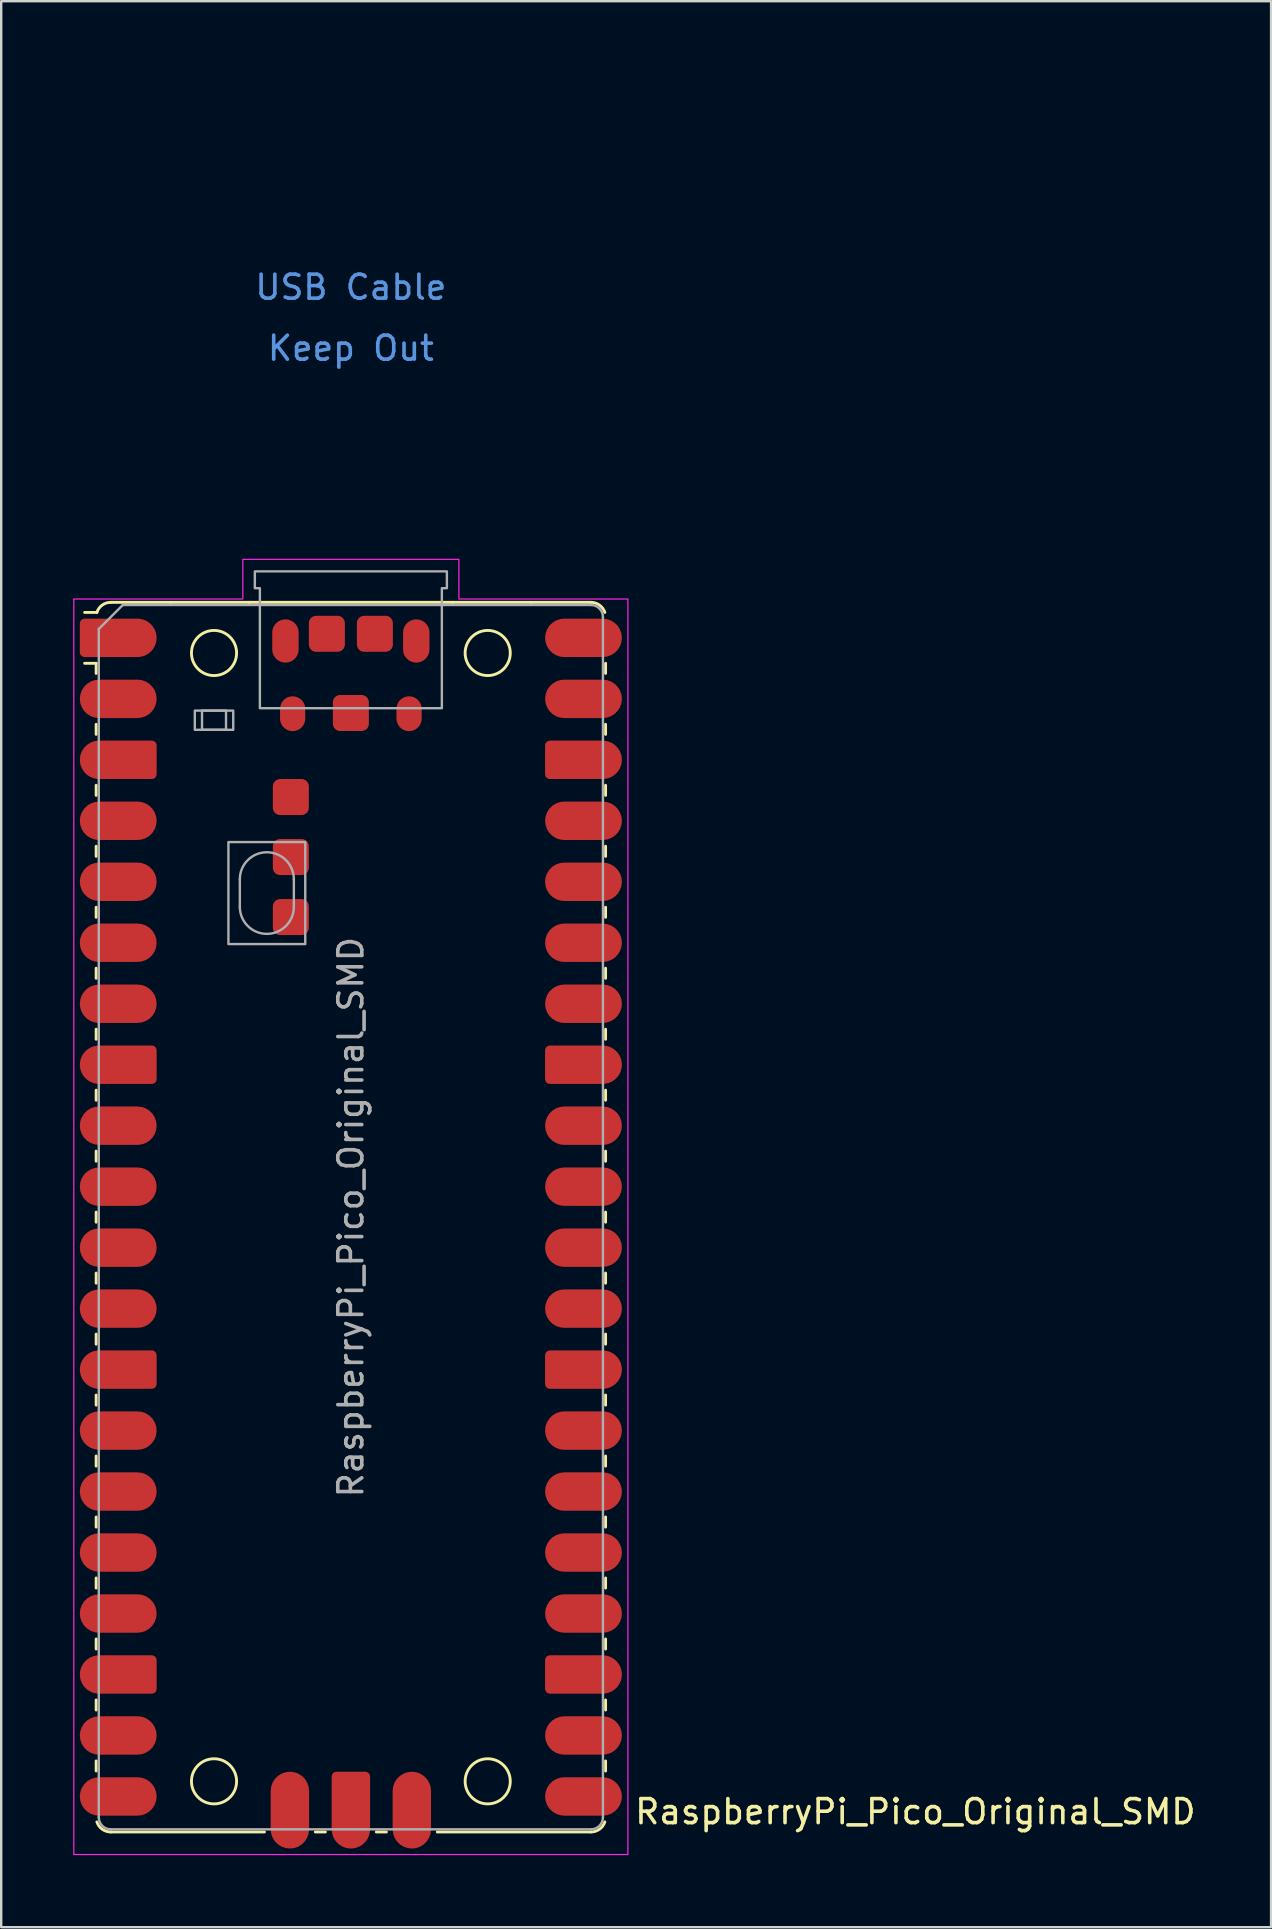
<source format=kicad_pcb>
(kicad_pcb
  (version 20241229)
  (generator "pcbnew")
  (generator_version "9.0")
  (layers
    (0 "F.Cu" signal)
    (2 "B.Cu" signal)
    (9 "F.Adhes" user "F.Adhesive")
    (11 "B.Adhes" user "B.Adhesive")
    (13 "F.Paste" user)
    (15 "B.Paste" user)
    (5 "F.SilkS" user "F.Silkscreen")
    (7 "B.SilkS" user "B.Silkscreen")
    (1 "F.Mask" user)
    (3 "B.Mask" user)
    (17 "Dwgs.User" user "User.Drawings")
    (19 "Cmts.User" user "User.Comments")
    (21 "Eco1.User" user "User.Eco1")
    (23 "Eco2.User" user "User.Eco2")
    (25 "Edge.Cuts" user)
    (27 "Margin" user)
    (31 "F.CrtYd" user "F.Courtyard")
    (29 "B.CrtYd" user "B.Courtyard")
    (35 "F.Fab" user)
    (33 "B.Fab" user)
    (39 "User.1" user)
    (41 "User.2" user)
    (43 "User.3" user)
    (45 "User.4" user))
  (footprint "RaspberryPi_Pico_Original_SMD"
    (layer "F.Cu")
    (at 11.565 47.65)
    (property "Reference" "RaspberryPi_Pico_Original_SMD" (at 11.748 24.765 0) (unlocked yes) (layer "F.SilkS") (effects (font (size 1 1) (thickness 0.15)) (justify left)))
    (attr smd)
    (fp_line (start -10.61 -23.07) (end -11.09 -23.07) (stroke (width 0.12) (type solid)) (layer "F.SilkS"))
    (fp_line (start -10.61 -23.07) (end -10.61 -22.65) (stroke (width 0.12) (type solid)) (layer "F.SilkS"))
    (fp_line (start -10.61 -20.53) (end -10.61 -20.11) (stroke (width 0.12) (type solid)) (layer "F.SilkS"))
    (fp_line (start -10.61 -17.99) (end -10.61 -17.57) (stroke (width 0.12) (type solid)) (layer "F.SilkS"))
    (fp_line (start -10.61 -15.45) (end -10.61 -15.03) (stroke (width 0.12) (type solid)) (layer "F.SilkS"))
    (fp_line (start -10.61 -12.91) (end -10.61 -12.49) (stroke (width 0.12) (type solid)) (layer "F.SilkS"))
    (fp_line (start -10.61 -10.37) (end -10.61 -9.95) (stroke (width 0.12) (type solid)) (layer "F.SilkS"))
    (fp_line (start -10.61 -7.83) (end -10.61 -7.41) (stroke (width 0.12) (type solid)) (layer "F.SilkS"))
    (fp_line (start -10.61 -5.29) (end -10.61 -4.87) (stroke (width 0.12) (type solid)) (layer "F.SilkS"))
    (fp_line (start -10.61 -2.75) (end -10.61 -2.33) (stroke (width 0.12) (type solid)) (layer "F.SilkS"))
    (fp_line (start -10.61 -0.21) (end -10.61 0.21) (stroke (width 0.12) (type solid)) (layer "F.SilkS"))
    (fp_line (start -10.61 2.33) (end -10.61 2.75) (stroke (width 0.12) (type solid)) (layer "F.SilkS"))
    (fp_line (start -10.61 4.87) (end -10.61 5.29) (stroke (width 0.12) (type solid)) (layer "F.SilkS"))
    (fp_line (start -10.61 7.41) (end -10.61 7.83) (stroke (width 0.12) (type solid)) (layer "F.SilkS"))
    (fp_line (start -10.61 9.95) (end -10.61 10.37) (stroke (width 0.12) (type solid)) (layer "F.SilkS"))
    (fp_line (start -10.61 12.49) (end -10.61 12.91) (stroke (width 0.12) (type solid)) (layer "F.SilkS"))
    (fp_line (start -10.61 15.03) (end -10.61 15.45) (stroke (width 0.12) (type solid)) (layer "F.SilkS"))
    (fp_line (start -10.61 17.57) (end -10.61 17.99) (stroke (width 0.12) (type solid)) (layer "F.SilkS"))
    (fp_line (start -10.61 20.11) (end -10.61 20.53) (stroke (width 0.12) (type solid)) (layer "F.SilkS"))
    (fp_line (start -10.61 22.65) (end -10.61 23.07) (stroke (width 0.12) (type solid)) (layer "F.SilkS"))
    (fp_line (start -10.58 -25.19) (end -11.09 -25.19) (stroke (width 0.12) (type solid)) (layer "F.SilkS"))
    (fp_line (start -10 -25.61) (end -7.51 -25.61) (stroke (width 0.12) (type solid)) (layer "F.SilkS"))
    (fp_line (start -10 25.61) (end -3.6 25.61) (stroke (width 0.12) (type solid)) (layer "F.SilkS"))
    (fp_line (start -7.51 -25.61) (end -4.235 -25.61) (stroke (width 0.12) (type solid)) (layer "F.SilkS"))
    (fp_line (start -4.235 -25.61) (end 4.235 -25.61) (stroke (width 0.12) (type solid)) (layer "F.SilkS"))
    (fp_line (start -1.48 25.61) (end -1.06 25.61) (stroke (width 0.12) (type solid)) (layer "F.SilkS"))
    (fp_line (start 1.06 25.61) (end 1.48 25.61) (stroke (width 0.12) (type solid)) (layer "F.SilkS"))
    (fp_line (start 3.6 25.61) (end 10 25.61) (stroke (width 0.12) (type solid)) (layer "F.SilkS"))
    (fp_line (start 4.235 -25.61) (end 7.51 -25.61) (stroke (width 0.12) (type solid)) (layer "F.SilkS"))
    (fp_line (start 10 -25.61) (end 7.51 -25.61) (stroke (width 0.12) (type solid)) (layer "F.SilkS"))
    (fp_line (start 10.61 -23.07) (end 10.61 -22.65) (stroke (width 0.12) (type solid)) (layer "F.SilkS"))
    (fp_line (start 10.61 -20.53) (end 10.61 -20.11) (stroke (width 0.12) (type solid)) (layer "F.SilkS"))
    (fp_line (start 10.61 -17.99) (end 10.61 -17.57) (stroke (width 0.12) (type solid)) (layer "F.SilkS"))
    (fp_line (start 10.61 -15.45) (end 10.61 -15.03) (stroke (width 0.12) (type solid)) (layer "F.SilkS"))
    (fp_line (start 10.61 -12.91) (end 10.61 -12.49) (stroke (width 0.12) (type solid)) (layer "F.SilkS"))
    (fp_line (start 10.61 -10.37) (end 10.61 -9.95) (stroke (width 0.12) (type solid)) (layer "F.SilkS"))
    (fp_line (start 10.61 -7.83) (end 10.61 -7.41) (stroke (width 0.12) (type solid)) (layer "F.SilkS"))
    (fp_line (start 10.61 -5.29) (end 10.61 -4.87) (stroke (width 0.12) (type solid)) (layer "F.SilkS"))
    (fp_line (start 10.61 -2.75) (end 10.61 -2.33) (stroke (width 0.12) (type solid)) (layer "F.SilkS"))
    (fp_line (start 10.61 -0.21) (end 10.61 0.21) (stroke (width 0.12) (type solid)) (layer "F.SilkS"))
    (fp_line (start 10.61 2.33) (end 10.61 2.75) (stroke (width 0.12) (type solid)) (layer "F.SilkS"))
    (fp_line (start 10.61 4.87) (end 10.61 5.29) (stroke (width 0.12) (type solid)) (layer "F.SilkS"))
    (fp_line (start 10.61 7.41) (end 10.61 7.83) (stroke (width 0.12) (type solid)) (layer "F.SilkS"))
    (fp_line (start 10.61 9.95) (end 10.61 10.37) (stroke (width 0.12) (type solid)) (layer "F.SilkS"))
    (fp_line (start 10.61 12.49) (end 10.61 12.91) (stroke (width 0.12) (type solid)) (layer "F.SilkS"))
    (fp_line (start 10.61 15.03) (end 10.61 15.45) (stroke (width 0.12) (type solid)) (layer "F.SilkS"))
    (fp_line (start 10.61 17.57) (end 10.61 17.99) (stroke (width 0.12) (type solid)) (layer "F.SilkS"))
    (fp_line (start 10.61 20.11) (end 10.61 20.53) (stroke (width 0.12) (type solid)) (layer "F.SilkS"))
    (fp_line (start 10.61 22.65) (end 10.61 23.07) (stroke (width 0.12) (type solid)) (layer "F.SilkS"))
    (fp_arc (start -10.579676 -25.189937) (mid -10.357938 -25.493944) (end -10 -25.61) (stroke (width 0.12) (type solid)) (layer "F.SilkS"))
    (fp_arc (start -10 25.61) (mid -10.357937 25.493943) (end -10.579676 25.189937) (stroke (width 0.12) (type solid)) (layer "F.SilkS"))
    (fp_arc (start 10 -25.61) (mid 10.357937 -25.493944) (end 10.579676 -25.189937) (stroke (width 0.12) (type solid)) (layer "F.SilkS"))
    (fp_arc (start 10.579676 25.189937) (mid 10.357958 25.493991) (end 10 25.61) (stroke (width 0.12) (type solid)) (layer "F.SilkS"))
    (fp_circle (center -5.7 -23.5) (end -4.76 -23.5) (stroke (width 0.12) (type solid)) (fill no) (layer "F.SilkS"))
    (fp_circle (center -5.7 23.5) (end -4.76 23.5) (stroke (width 0.12) (type solid)) (fill no) (layer "F.SilkS"))
    (fp_circle (center 5.7 -23.5) (end 6.64 -23.5) (stroke (width 0.12) (type solid)) (fill no) (layer "F.SilkS"))
    (fp_circle (center 5.7 23.5) (end 6.64 23.5) (stroke (width 0.12) (type solid)) (fill no) (layer "F.SilkS"))
    (fp_poly (pts (xy -4.5 -27.4) (xy 4.5 -27.4) (xy 4.5 -25.75) (xy 11.54 -25.75) (xy 11.54 26.55) (xy -11.54 26.55) (xy -11.54 -25.75) (xy -4.5 -25.75)) (stroke (width 0.05) (type solid)) (fill no) (layer "F.CrtYd"))
    (fp_line (start -10.5 -24.5) (end -9.5 -25.5) (stroke (width 0.1) (type solid)) (layer "F.Fab"))
    (fp_line (start -10.5 25) (end -10.5 -24.5) (stroke (width 0.1) (type solid)) (layer "F.Fab"))
    (fp_line (start -9.5 -25.5) (end 10 -25.5) (stroke (width 0.1) (type solid)) (layer "F.Fab"))
    (fp_line (start -4.625 -14.075) (end -4.625 -12.925) (stroke (width 0.1) (type solid)) (layer "F.Fab"))
    (fp_line (start -2.375 -14.075) (end -2.375 -12.925) (stroke (width 0.1) (type solid)) (layer "F.Fab"))
    (fp_line (start 10 25.5) (end -10 25.5) (stroke (width 0.1) (type solid)) (layer "F.Fab"))
    (fp_line (start 10.5 -25) (end 10.5 25) (stroke (width 0.1) (type solid)) (layer "F.Fab"))
    (fp_rect (start -6.5 -21.1) (end -4.9 -20.3) (stroke (width 0.1) (type solid)) (fill no) (layer "F.Fab"))
    (fp_rect (start -6.2 -21.1) (end -5.2 -20.3) (stroke (width 0.1) (type solid)) (fill no) (layer "F.Fab"))
    (fp_rect (start -5.1 -15.625) (end -1.9 -11.375) (stroke (width 0.1) (type solid)) (fill no) (layer "F.Fab"))
    (fp_arc (start -10 25.5) (mid -10.353553 25.353553) (end -10.5 25) (stroke (width 0.1) (type solid)) (layer "F.Fab"))
    (fp_arc (start -4.625 -14.075) (mid -3.5 -15.2) (end -2.375 -14.075) (stroke (width 0.1) (type solid)) (layer "F.Fab"))
    (fp_arc (start -2.375 -12.925) (mid -3.5 -11.8) (end -4.625 -12.925) (stroke (width 0.1) (type solid)) (layer "F.Fab"))
    (fp_arc (start 10 -25.5) (mid 10.353553 -25.353553) (end 10.5 -25) (stroke (width 0.1) (type solid)) (layer "F.Fab"))
    (fp_arc (start 10.5 25) (mid 10.353553 25.353553) (end 10 25.5) (stroke (width 0.1) (type solid)) (layer "F.Fab"))
    (fp_poly (pts (xy 3.79 -21.2) (xy 3.79 -26.2) (xy 4 -26.2) (xy 4 -26.9) (xy -4 -26.9) (xy -4 -26.2) (xy -3.79 -26.2) (xy -3.79 -21.2)) (stroke (width 0.1) (type solid)) (fill no) (layer "F.Fab"))
    (fp_text user "Keep Out" (at 0 -36.195 0) (unlocked yes) (layer "Cmts.User") (effects (font (size 1 1) (thickness 0.15))))
    (fp_text user "USB Cable" (at 0 -38.735 0) (unlocked yes) (layer "Cmts.User") (effects (font (size 1 1) (thickness 0.15))))
    (fp_text user "${REFERENCE}" (at 0 0 90) (layer "F.Fab") (effects (font (size 1 1) (thickness 0.15))))
    (pad "" smd oval (at -2.725 -24) (size 1.1 1.8) (layers "F.Cu" "F.Mask" "F.Paste"))
    (pad "" smd oval (at -2.425 -20.97) (size 1.05 1.45) (layers "F.Cu" "F.Mask" "F.Paste"))
    (pad "" smd oval (at 2.425 -20.97) (size 1.05 1.45) (layers "F.Cu" "F.Mask" "F.Paste"))
    (pad "" smd oval (at 2.725 -24) (size 1.1 1.8) (layers "F.Cu" "F.Mask" "F.Paste"))
    (pad "1" smd custom (at -8.89 -24.13) (size 1.6 1.6) (layers "F.Cu" "F.Mask" "F.Paste") (options (anchor circle)) (primitives (gr_poly (pts (xy -2.4 0.6) (xy -2.4 -0.6) (xy -2.2 -0.8) (xy 0 -0.8) (xy 0 0.8) (xy -2.2 0.8)) (width 0) (fill yes)) (gr_circle (center -2.2 0.6) (end -2 0.6) (width 0) (fill yes)) (gr_circle (center -2.2 -0.6) (end -2 -0.6) (width 0) (fill yes))))
    (pad "2" smd roundrect (at -8.89 -21.59) (size 3.2 1.6) (drill (offset -0.8 0)) (layers "F.Cu" "F.Mask" "F.Paste") (roundrect_rratio 0.5))
    (pad "3" smd custom (at -8.89 -19.05) (size 1.6 1.6) (layers "F.Cu" "F.Mask" "F.Paste") (options (anchor circle)) (primitives (gr_poly (pts (xy 0.8 -0.6) (xy 0.8 0.6) (xy 0.6 0.8) (xy -1.6 0.8) (xy -1.6 -0.8) (xy 0.6 -0.8)) (width 0) (fill yes)) (gr_circle (center 0.6 0.6) (end 0.8 0.6) (width 0) (fill yes)) (gr_circle (center 0.6 -0.6) (end 0.8 -0.6) (width 0) (fill yes)) (gr_circle (center -1.6 0) (end -0.8 0) (width 0) (fill yes))))
    (pad "4" smd roundrect (at -8.89 -16.51) (size 3.2 1.6) (drill (offset -0.8 0)) (layers "F.Cu" "F.Mask" "F.Paste") (roundrect_rratio 0.5))
    (pad "5" smd roundrect (at -8.89 -13.97) (size 3.2 1.6) (drill (offset -0.8 0)) (layers "F.Cu" "F.Mask" "F.Paste") (roundrect_rratio 0.5))
    (pad "6" smd roundrect (at -8.89 -11.43) (size 3.2 1.6) (drill (offset -0.8 0)) (layers "F.Cu" "F.Mask" "F.Paste") (roundrect_rratio 0.5))
    (pad "7" smd roundrect (at -8.89 -8.89) (size 3.2 1.6) (drill (offset -0.8 0)) (layers "F.Cu" "F.Mask" "F.Paste") (roundrect_rratio 0.5))
    (pad "8" smd custom (at -8.89 -6.35) (size 1.6 1.6) (layers "F.Cu" "F.Mask" "F.Paste") (options (anchor circle)) (primitives (gr_poly (pts (xy 0.8 -0.6) (xy 0.8 0.6) (xy 0.6 0.8) (xy -1.6 0.8) (xy -1.6 -0.8) (xy 0.6 -0.8)) (width 0) (fill yes)) (gr_circle (center 0.6 0.6) (end 0.8 0.6) (width 0) (fill yes)) (gr_circle (center 0.6 -0.6) (end 0.8 -0.6) (width 0) (fill yes)) (gr_circle (center -1.6 0) (end -0.8 0) (width 0) (fill yes))))
    (pad "9" smd roundrect (at -8.89 -3.81) (size 3.2 1.6) (drill (offset -0.8 0)) (layers "F.Cu" "F.Mask" "F.Paste") (roundrect_rratio 0.5))
    (pad "10" smd roundrect (at -8.89 -1.27) (size 3.2 1.6) (drill (offset -0.8 0)) (layers "F.Cu" "F.Mask" "F.Paste") (roundrect_rratio 0.5))
    (pad "11" smd roundrect (at -8.89 1.27) (size 3.2 1.6) (drill (offset -0.8 0)) (layers "F.Cu" "F.Mask" "F.Paste") (roundrect_rratio 0.5))
    (pad "12" smd roundrect (at -8.89 3.81) (size 3.2 1.6) (drill (offset -0.8 0)) (layers "F.Cu" "F.Mask" "F.Paste") (roundrect_rratio 0.5))
    (pad "13" smd custom (at -8.89 6.35) (size 1.6 1.6) (layers "F.Cu" "F.Mask" "F.Paste") (options (anchor circle)) (primitives (gr_poly (pts (xy 0.8 -0.6) (xy 0.8 0.6) (xy 0.6 0.8) (xy -1.6 0.8) (xy -1.6 -0.8) (xy 0.6 -0.8)) (width 0) (fill yes)) (gr_circle (center 0.6 0.6) (end 0.8 0.6) (width 0) (fill yes)) (gr_circle (center 0.6 -0.6) (end 0.8 -0.6) (width 0) (fill yes)) (gr_circle (center -1.6 0) (end -0.8 0) (width 0) (fill yes))))
    (pad "14" smd roundrect (at -8.89 8.89) (size 3.2 1.6) (drill (offset -0.8 0)) (layers "F.Cu" "F.Mask" "F.Paste") (roundrect_rratio 0.5))
    (pad "15" smd roundrect (at -8.89 11.43) (size 3.2 1.6) (drill (offset -0.8 0)) (layers "F.Cu" "F.Mask" "F.Paste") (roundrect_rratio 0.5))
    (pad "16" smd roundrect (at -8.89 13.97) (size 3.2 1.6) (drill (offset -0.8 0)) (layers "F.Cu" "F.Mask" "F.Paste") (roundrect_rratio 0.5))
    (pad "17" smd roundrect (at -8.89 16.51) (size 3.2 1.6) (drill (offset -0.8 0)) (layers "F.Cu" "F.Mask" "F.Paste") (roundrect_rratio 0.5))
    (pad "18" smd custom (at -8.89 19.05) (size 1.6 1.6) (layers "F.Cu" "F.Mask" "F.Paste") (options (anchor circle)) (primitives (gr_poly (pts (xy 0.8 -0.6) (xy 0.8 0.6) (xy 0.6 0.8) (xy -1.6 0.8) (xy -1.6 -0.8) (xy 0.6 -0.8)) (width 0) (fill yes)) (gr_circle (center 0.6 0.6) (end 0.8 0.6) (width 0) (fill yes)) (gr_circle (center 0.6 -0.6) (end 0.8 -0.6) (width 0) (fill yes)) (gr_circle (center -1.6 0) (end -0.8 0) (width 0) (fill yes))))
    (pad "19" smd roundrect (at -8.89 21.59) (size 3.2 1.6) (drill (offset -0.8 0)) (layers "F.Cu" "F.Mask" "F.Paste") (roundrect_rratio 0.5))
    (pad "20" smd roundrect (at -8.89 24.13) (size 3.2 1.6) (drill (offset -0.8 0)) (layers "F.Cu" "F.Mask" "F.Paste") (roundrect_rratio 0.5))
    (pad "21" smd roundrect (at 8.89 24.13) (size 3.2 1.6) (drill (offset 0.8 0)) (layers "F.Cu" "F.Mask" "F.Paste") (roundrect_rratio 0.5))
    (pad "22" smd roundrect (at 8.89 21.59) (size 3.2 1.6) (drill (offset 0.8 0)) (layers "F.Cu" "F.Mask" "F.Paste") (roundrect_rratio 0.5))
    (pad "23" smd custom (at 8.89 19.05) (size 1.6 1.6) (layers "F.Cu" "F.Mask" "F.Paste") (options (anchor circle)) (primitives (gr_poly (pts (xy -0.8 -0.6) (xy -0.8 0.6) (xy -0.6 0.8) (xy 1.6 0.8) (xy 1.6 -0.8) (xy -0.6 -0.8)) (width 0) (fill yes)) (gr_circle (center -0.6 0.6) (end -0.4 0.6) (width 0) (fill yes)) (gr_circle (center -0.6 -0.6) (end -0.4 -0.6) (width 0) (fill yes)) (gr_circle (center 1.6 0) (end 2.4 0) (width 0) (fill yes))))
    (pad "24" smd roundrect (at 8.89 16.51) (size 3.2 1.6) (drill (offset 0.8 0)) (layers "F.Cu" "F.Mask" "F.Paste") (roundrect_rratio 0.5))
    (pad "25" smd roundrect (at 8.89 13.97) (size 3.2 1.6) (drill (offset 0.8 0)) (layers "F.Cu" "F.Mask" "F.Paste") (roundrect_rratio 0.5))
    (pad "26" smd roundrect (at 8.89 11.43) (size 3.2 1.6) (drill (offset 0.8 0)) (layers "F.Cu" "F.Mask" "F.Paste") (roundrect_rratio 0.5))
    (pad "27" smd roundrect (at 8.89 8.89) (size 3.2 1.6) (drill (offset 0.8 0)) (layers "F.Cu" "F.Mask" "F.Paste") (roundrect_rratio 0.5))
    (pad "28" smd custom (at 8.89 6.35) (size 1.6 1.6) (layers "F.Cu" "F.Mask" "F.Paste") (options (anchor circle)) (primitives (gr_poly (pts (xy -0.8 -0.6) (xy -0.8 0.6) (xy -0.6 0.8) (xy 1.6 0.8) (xy 1.6 -0.8) (xy -0.6 -0.8)) (width 0) (fill yes)) (gr_circle (center -0.6 0.6) (end -0.4 0.6) (width 0) (fill yes)) (gr_circle (center -0.6 -0.6) (end -0.4 -0.6) (width 0) (fill yes)) (gr_circle (center 1.6 0) (end 2.4 0) (width 0) (fill yes))))
    (pad "29" smd roundrect (at 8.89 3.81) (size 3.2 1.6) (drill (offset 0.8 0)) (layers "F.Cu" "F.Mask" "F.Paste") (roundrect_rratio 0.5))
    (pad "30" smd roundrect (at 8.89 1.27) (size 3.2 1.6) (drill (offset 0.8 0)) (layers "F.Cu" "F.Mask" "F.Paste") (roundrect_rratio 0.5))
    (pad "31" smd roundrect (at 8.89 -1.27) (size 3.2 1.6) (drill (offset 0.8 0)) (layers "F.Cu" "F.Mask" "F.Paste") (roundrect_rratio 0.5))
    (pad "32" smd roundrect (at 8.89 -3.81) (size 3.2 1.6) (drill (offset 0.8 0)) (layers "F.Cu" "F.Mask" "F.Paste") (roundrect_rratio 0.5))
    (pad "33" smd custom (at 8.89 -6.35) (size 1.6 1.6) (layers "F.Cu" "F.Mask" "F.Paste") (options (anchor circle)) (primitives (gr_poly (pts (xy -0.8 -0.6) (xy -0.8 0.6) (xy -0.6 0.8) (xy 1.6 0.8) (xy 1.6 -0.8) (xy -0.6 -0.8)) (width 0) (fill yes)) (gr_circle (center -0.6 0.6) (end -0.4 0.6) (width 0) (fill yes)) (gr_circle (center -0.6 -0.6) (end -0.4 -0.6) (width 0) (fill yes)) (gr_circle (center 1.6 0) (end 2.4 0) (width 0) (fill yes))))
    (pad "34" smd roundrect (at 8.89 -8.89) (size 3.2 1.6) (drill (offset 0.8 0)) (layers "F.Cu" "F.Mask" "F.Paste") (roundrect_rratio 0.5))
    (pad "35" smd roundrect (at 8.89 -11.43) (size 3.2 1.6) (drill (offset 0.8 0)) (layers "F.Cu" "F.Mask" "F.Paste") (roundrect_rratio 0.5))
    (pad "36" smd roundrect (at 8.89 -13.97) (size 3.2 1.6) (drill (offset 0.8 0)) (layers "F.Cu" "F.Mask" "F.Paste") (roundrect_rratio 0.5))
    (pad "37" smd roundrect (at 8.89 -16.51) (size 3.2 1.6) (drill (offset 0.8 0)) (layers "F.Cu" "F.Mask" "F.Paste") (roundrect_rratio 0.5))
    (pad "38" smd custom (at 8.89 -19.05) (size 1.6 1.6) (layers "F.Cu" "F.Mask" "F.Paste") (options (anchor circle)) (primitives (gr_poly (pts (xy -0.8 -0.6) (xy -0.8 0.6) (xy -0.6 0.8) (xy 1.6 0.8) (xy 1.6 -0.8) (xy -0.6 -0.8)) (width 0) (fill yes)) (gr_circle (center -0.6 0.6) (end -0.4 0.6) (width 0) (fill yes)) (gr_circle (center -0.6 -0.6) (end -0.4 -0.6) (width 0) (fill yes)) (gr_circle (center 1.6 0) (end 2.4 0) (width 0) (fill yes))))
    (pad "39" smd roundrect (at 8.89 -21.59) (size 3.2 1.6) (drill (offset 0.8 0)) (layers "F.Cu" "F.Mask" "F.Paste") (roundrect_rratio 0.5))
    (pad "40" smd roundrect (at 8.89 -24.13) (size 3.2 1.6) (drill (offset 0.8 0)) (layers "F.Cu" "F.Mask" "F.Paste") (roundrect_rratio 0.5))
    (pad "D1" smd roundrect (at -2.54 23.9 90) (size 3.2 1.6) (drill (offset -0.8 0)) (layers "F.Cu" "F.Mask" "F.Paste") (roundrect_rratio 0.5))
    (pad "D2" smd custom (at 0 23.9 270) (size 1.6 1.6) (layers "F.Cu" "F.Mask" "F.Paste") (options (anchor circle)) (primitives (gr_poly (pts (xy -0.8 -0.6) (xy -0.8 0.6) (xy -0.6 0.8) (xy 1.6 0.8) (xy 1.6 -0.8) (xy -0.6 -0.8)) (width 0) (fill yes)) (gr_circle (center -0.6 0.6) (end -0.4 0.6) (width 0) (fill yes)) (gr_circle (center -0.6 -0.6) (end -0.4 -0.6) (width 0) (fill yes)) (gr_circle (center 1.6 0) (end 2.4 0) (width 0) (fill yes))))
    (pad "D3" smd roundrect (at 2.54 23.9 90) (size 3.2 1.6) (drill (offset -0.8 0)) (layers "F.Cu" "F.Mask" "F.Paste") (roundrect_rratio 0.5))
    (pad "TP1" smd roundrect (at 0 -21) (size 1.5 1.5) (layers "F.Cu" "F.Mask" "F.Paste") (roundrect_rratio 0.2))
    (pad "TP2" smd roundrect (at 1 -24.3) (size 1.5 1.5) (layers "F.Cu" "F.Mask" "F.Paste") (roundrect_rratio 0.2))
    (pad "TP3" smd roundrect (at -1 -24.3) (size 1.5 1.5) (layers "F.Cu" "F.Mask" "F.Paste") (roundrect_rratio 0.2))
    (pad "TP4" smd roundrect (at -2.5 -17.5) (size 1.5 1.5) (layers "F.Cu" "F.Mask" "F.Paste") (roundrect_rratio 0.2))
    (pad "TP5" smd roundrect (at -2.5 -15) (size 1.5 1.5) (layers "F.Cu" "F.Mask" "F.Paste") (roundrect_rratio 0.2))
    (pad "TP6" smd roundrect (at -2.5 -12.5) (size 1.5 1.5) (layers "F.Cu" "F.Mask" "F.Paste") (roundrect_rratio 0.2))
    (zone (net_name "") (layer "Edge.Cuts") (name "Board Keep Out USB Cable") (hatch edge 0.5) (connect_pads) (min_thickness 0.254) (filled_areas_thickness no) (keepout (tracks allowed) (vias allowed) (pads allowed) (copperpour allowed) (footprints allowed)) (placement (enabled no)) (fill) (polygon (pts (xy 5.365 0) (xy 17.765 0) (xy 17.765 20.4) (xy 5.365 20.4))))
    (zone (net_name "") (layer "F.CrtYd") (name "USB Cable Keep Out") (hatch full 0.5) (connect_pads) (min_thickness 0.254) (filled_areas_thickness no) (keepout (tracks allowed) (vias allowed) (pads allowed) (copperpour allowed) (footprints not_allowed)) (placement (enabled no)) (fill) (polygon (pts (xy 5.815 19.95) (xy 7.625 19.95) (xy 7.625 20.25) (xy 15.505 20.25) (xy 15.505 19.95) (xy 17.315 19.95) (xy 17.315 0.45) (xy 5.815 0.45)))))
  (gr_rect
    (start -3 -3)
    (end 49.896 77.225)
    (stroke (width 0.1) (type default))
    (fill no)
    (layer "Edge.Cuts")))
</source>
